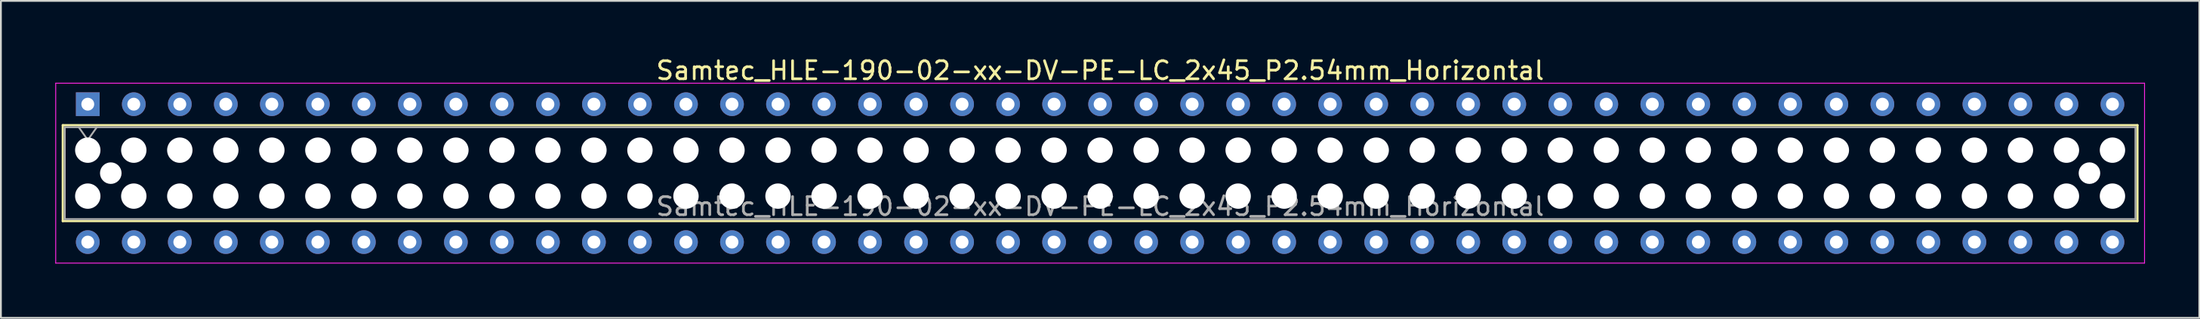
<source format=kicad_pcb>
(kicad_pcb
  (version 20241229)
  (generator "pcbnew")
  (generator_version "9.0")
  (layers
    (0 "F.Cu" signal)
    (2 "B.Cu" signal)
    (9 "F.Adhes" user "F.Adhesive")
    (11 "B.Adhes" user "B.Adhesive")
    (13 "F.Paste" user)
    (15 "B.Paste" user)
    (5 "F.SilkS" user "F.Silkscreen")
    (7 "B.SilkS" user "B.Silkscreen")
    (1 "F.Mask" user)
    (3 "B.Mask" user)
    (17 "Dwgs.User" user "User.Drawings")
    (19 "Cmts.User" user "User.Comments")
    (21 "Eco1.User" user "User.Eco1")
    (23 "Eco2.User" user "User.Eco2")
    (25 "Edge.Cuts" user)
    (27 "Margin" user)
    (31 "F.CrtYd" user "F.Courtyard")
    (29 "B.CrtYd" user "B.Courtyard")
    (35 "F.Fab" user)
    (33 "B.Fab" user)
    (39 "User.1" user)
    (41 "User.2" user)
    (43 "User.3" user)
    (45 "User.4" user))
  (footprint "Samtec_HLE-190-02-xx-DV-PE-LC_2x45_P2.54mm_Horizontal"
    (layer "F.Cu")
    (at 1.795 2.708)
    (property "Reference" "Samtec_HLE-190-02-xx-DV-PE-LC_2x45_P2.54mm_Horizontal" (at 55.88 -1.86 0) (layer "F.SilkS") (effects (font (size 1 1) (thickness 0.15))))
    (attr through_hole)
    (fp_line (start -1.38 1.16) (end 113.14 1.16) (stroke (width 0.12) (type solid)) (layer "F.SilkS"))
    (fp_line (start -1.38 6.46) (end -1.38 1.16) (stroke (width 0.12) (type solid)) (layer "F.SilkS"))
    (fp_line (start 113.14 1.16) (end 113.14 6.46) (stroke (width 0.12) (type solid)) (layer "F.SilkS"))
    (fp_line (start 113.14 6.46) (end -1.38 6.46) (stroke (width 0.12) (type solid)) (layer "F.SilkS"))
    (fp_line (start -1.77 -1.16) (end 113.53 -1.16) (stroke (width 0.05) (type solid)) (layer "F.CrtYd"))
    (fp_line (start -1.77 8.78) (end -1.77 -1.16) (stroke (width 0.05) (type solid)) (layer "F.CrtYd"))
    (fp_line (start 113.53 -1.16) (end 113.53 8.78) (stroke (width 0.05) (type solid)) (layer "F.CrtYd"))
    (fp_line (start 113.53 8.78) (end -1.77 8.78) (stroke (width 0.05) (type solid)) (layer "F.CrtYd"))
    (fp_line (start -1.27 1.27) (end 113.03 1.27) (stroke (width 0.1) (type solid)) (layer "F.Fab"))
    (fp_line (start -1.27 6.35) (end -1.27 1.27) (stroke (width 0.1) (type solid)) (layer "F.Fab"))
    (fp_line (start -0.5 1.27) (end 0 1.977) (stroke (width 0.1) (type solid)) (layer "F.Fab"))
    (fp_line (start 0 1.977) (end 0.5 1.27) (stroke (width 0.1) (type solid)) (layer "F.Fab"))
    (fp_line (start 113.03 1.27) (end 113.03 6.35) (stroke (width 0.1) (type solid)) (layer "F.Fab"))
    (fp_line (start 113.03 6.35) (end -1.27 6.35) (stroke (width 0.1) (type solid)) (layer "F.Fab"))
    (fp_text user "${REFERENCE}" (at 55.88 5.65 0) (layer "F.Fab") (effects (font (size 1 1) (thickness 0.15))))
    (pad "" np_thru_hole circle (at 0 2.54) (size 1.4 1.4) (drill 1.4) (layers "*.Cu" "*.Mask"))
    (pad "" np_thru_hole circle (at 0 5.08) (size 1.4 1.4) (drill 1.4) (layers "*.Cu" "*.Mask"))
    (pad "" np_thru_hole circle (at 1.27 3.81) (size 1.19 1.19) (drill 1.19) (layers "*.Cu" "*.Mask"))
    (pad "" np_thru_hole circle (at 2.54 2.54) (size 1.4 1.4) (drill 1.4) (layers "*.Cu" "*.Mask"))
    (pad "" np_thru_hole circle (at 2.54 5.08) (size 1.4 1.4) (drill 1.4) (layers "*.Cu" "*.Mask"))
    (pad "" np_thru_hole circle (at 5.08 2.54) (size 1.4 1.4) (drill 1.4) (layers "*.Cu" "*.Mask"))
    (pad "" np_thru_hole circle (at 5.08 5.08) (size 1.4 1.4) (drill 1.4) (layers "*.Cu" "*.Mask"))
    (pad "" np_thru_hole circle (at 7.62 2.54) (size 1.4 1.4) (drill 1.4) (layers "*.Cu" "*.Mask"))
    (pad "" np_thru_hole circle (at 7.62 5.08) (size 1.4 1.4) (drill 1.4) (layers "*.Cu" "*.Mask"))
    (pad "" np_thru_hole circle (at 10.16 2.54) (size 1.4 1.4) (drill 1.4) (layers "*.Cu" "*.Mask"))
    (pad "" np_thru_hole circle (at 10.16 5.08) (size 1.4 1.4) (drill 1.4) (layers "*.Cu" "*.Mask"))
    (pad "" np_thru_hole circle (at 12.7 2.54) (size 1.4 1.4) (drill 1.4) (layers "*.Cu" "*.Mask"))
    (pad "" np_thru_hole circle (at 12.7 5.08) (size 1.4 1.4) (drill 1.4) (layers "*.Cu" "*.Mask"))
    (pad "" np_thru_hole circle (at 15.24 2.54) (size 1.4 1.4) (drill 1.4) (layers "*.Cu" "*.Mask"))
    (pad "" np_thru_hole circle (at 15.24 5.08) (size 1.4 1.4) (drill 1.4) (layers "*.Cu" "*.Mask"))
    (pad "" np_thru_hole circle (at 17.78 2.54) (size 1.4 1.4) (drill 1.4) (layers "*.Cu" "*.Mask"))
    (pad "" np_thru_hole circle (at 17.78 5.08) (size 1.4 1.4) (drill 1.4) (layers "*.Cu" "*.Mask"))
    (pad "" np_thru_hole circle (at 20.32 2.54) (size 1.4 1.4) (drill 1.4) (layers "*.Cu" "*.Mask"))
    (pad "" np_thru_hole circle (at 20.32 5.08) (size 1.4 1.4) (drill 1.4) (layers "*.Cu" "*.Mask"))
    (pad "" np_thru_hole circle (at 22.86 2.54) (size 1.4 1.4) (drill 1.4) (layers "*.Cu" "*.Mask"))
    (pad "" np_thru_hole circle (at 22.86 5.08) (size 1.4 1.4) (drill 1.4) (layers "*.Cu" "*.Mask"))
    (pad "" np_thru_hole circle (at 25.4 2.54) (size 1.4 1.4) (drill 1.4) (layers "*.Cu" "*.Mask"))
    (pad "" np_thru_hole circle (at 25.4 5.08) (size 1.4 1.4) (drill 1.4) (layers "*.Cu" "*.Mask"))
    (pad "" np_thru_hole circle (at 27.94 2.54) (size 1.4 1.4) (drill 1.4) (layers "*.Cu" "*.Mask"))
    (pad "" np_thru_hole circle (at 27.94 5.08) (size 1.4 1.4) (drill 1.4) (layers "*.Cu" "*.Mask"))
    (pad "" np_thru_hole circle (at 30.48 2.54) (size 1.4 1.4) (drill 1.4) (layers "*.Cu" "*.Mask"))
    (pad "" np_thru_hole circle (at 30.48 5.08) (size 1.4 1.4) (drill 1.4) (layers "*.Cu" "*.Mask"))
    (pad "" np_thru_hole circle (at 33.02 2.54) (size 1.4 1.4) (drill 1.4) (layers "*.Cu" "*.Mask"))
    (pad "" np_thru_hole circle (at 33.02 5.08) (size 1.4 1.4) (drill 1.4) (layers "*.Cu" "*.Mask"))
    (pad "" np_thru_hole circle (at 35.56 2.54) (size 1.4 1.4) (drill 1.4) (layers "*.Cu" "*.Mask"))
    (pad "" np_thru_hole circle (at 35.56 5.08) (size 1.4 1.4) (drill 1.4) (layers "*.Cu" "*.Mask"))
    (pad "" np_thru_hole circle (at 38.1 2.54) (size 1.4 1.4) (drill 1.4) (layers "*.Cu" "*.Mask"))
    (pad "" np_thru_hole circle (at 38.1 5.08) (size 1.4 1.4) (drill 1.4) (layers "*.Cu" "*.Mask"))
    (pad "" np_thru_hole circle (at 40.64 2.54) (size 1.4 1.4) (drill 1.4) (layers "*.Cu" "*.Mask"))
    (pad "" np_thru_hole circle (at 40.64 5.08) (size 1.4 1.4) (drill 1.4) (layers "*.Cu" "*.Mask"))
    (pad "" np_thru_hole circle (at 43.18 2.54) (size 1.4 1.4) (drill 1.4) (layers "*.Cu" "*.Mask"))
    (pad "" np_thru_hole circle (at 43.18 5.08) (size 1.4 1.4) (drill 1.4) (layers "*.Cu" "*.Mask"))
    (pad "" np_thru_hole circle (at 45.72 2.54) (size 1.4 1.4) (drill 1.4) (layers "*.Cu" "*.Mask"))
    (pad "" np_thru_hole circle (at 45.72 5.08) (size 1.4 1.4) (drill 1.4) (layers "*.Cu" "*.Mask"))
    (pad "" np_thru_hole circle (at 48.26 2.54) (size 1.4 1.4) (drill 1.4) (layers "*.Cu" "*.Mask"))
    (pad "" np_thru_hole circle (at 48.26 5.08) (size 1.4 1.4) (drill 1.4) (layers "*.Cu" "*.Mask"))
    (pad "" np_thru_hole circle (at 50.8 2.54) (size 1.4 1.4) (drill 1.4) (layers "*.Cu" "*.Mask"))
    (pad "" np_thru_hole circle (at 50.8 5.08) (size 1.4 1.4) (drill 1.4) (layers "*.Cu" "*.Mask"))
    (pad "" np_thru_hole circle (at 53.34 2.54) (size 1.4 1.4) (drill 1.4) (layers "*.Cu" "*.Mask"))
    (pad "" np_thru_hole circle (at 53.34 5.08) (size 1.4 1.4) (drill 1.4) (layers "*.Cu" "*.Mask"))
    (pad "" np_thru_hole circle (at 55.88 2.54) (size 1.4 1.4) (drill 1.4) (layers "*.Cu" "*.Mask"))
    (pad "" np_thru_hole circle (at 55.88 5.08) (size 1.4 1.4) (drill 1.4) (layers "*.Cu" "*.Mask"))
    (pad "" np_thru_hole circle (at 58.42 2.54) (size 1.4 1.4) (drill 1.4) (layers "*.Cu" "*.Mask"))
    (pad "" np_thru_hole circle (at 58.42 5.08) (size 1.4 1.4) (drill 1.4) (layers "*.Cu" "*.Mask"))
    (pad "" np_thru_hole circle (at 60.96 2.54) (size 1.4 1.4) (drill 1.4) (layers "*.Cu" "*.Mask"))
    (pad "" np_thru_hole circle (at 60.96 5.08) (size 1.4 1.4) (drill 1.4) (layers "*.Cu" "*.Mask"))
    (pad "" np_thru_hole circle (at 63.5 2.54) (size 1.4 1.4) (drill 1.4) (layers "*.Cu" "*.Mask"))
    (pad "" np_thru_hole circle (at 63.5 5.08) (size 1.4 1.4) (drill 1.4) (layers "*.Cu" "*.Mask"))
    (pad "" np_thru_hole circle (at 66.04 2.54) (size 1.4 1.4) (drill 1.4) (layers "*.Cu" "*.Mask"))
    (pad "" np_thru_hole circle (at 66.04 5.08) (size 1.4 1.4) (drill 1.4) (layers "*.Cu" "*.Mask"))
    (pad "" np_thru_hole circle (at 68.58 2.54) (size 1.4 1.4) (drill 1.4) (layers "*.Cu" "*.Mask"))
    (pad "" np_thru_hole circle (at 68.58 5.08) (size 1.4 1.4) (drill 1.4) (layers "*.Cu" "*.Mask"))
    (pad "" np_thru_hole circle (at 71.12 2.54) (size 1.4 1.4) (drill 1.4) (layers "*.Cu" "*.Mask"))
    (pad "" np_thru_hole circle (at 71.12 5.08) (size 1.4 1.4) (drill 1.4) (layers "*.Cu" "*.Mask"))
    (pad "" np_thru_hole circle (at 73.66 2.54) (size 1.4 1.4) (drill 1.4) (layers "*.Cu" "*.Mask"))
    (pad "" np_thru_hole circle (at 73.66 5.08) (size 1.4 1.4) (drill 1.4) (layers "*.Cu" "*.Mask"))
    (pad "" np_thru_hole circle (at 76.2 2.54) (size 1.4 1.4) (drill 1.4) (layers "*.Cu" "*.Mask"))
    (pad "" np_thru_hole circle (at 76.2 5.08) (size 1.4 1.4) (drill 1.4) (layers "*.Cu" "*.Mask"))
    (pad "" np_thru_hole circle (at 78.74 2.54) (size 1.4 1.4) (drill 1.4) (layers "*.Cu" "*.Mask"))
    (pad "" np_thru_hole circle (at 78.74 5.08) (size 1.4 1.4) (drill 1.4) (layers "*.Cu" "*.Mask"))
    (pad "" np_thru_hole circle (at 81.28 2.54) (size 1.4 1.4) (drill 1.4) (layers "*.Cu" "*.Mask"))
    (pad "" np_thru_hole circle (at 81.28 5.08) (size 1.4 1.4) (drill 1.4) (layers "*.Cu" "*.Mask"))
    (pad "" np_thru_hole circle (at 83.82 2.54) (size 1.4 1.4) (drill 1.4) (layers "*.Cu" "*.Mask"))
    (pad "" np_thru_hole circle (at 83.82 5.08) (size 1.4 1.4) (drill 1.4) (layers "*.Cu" "*.Mask"))
    (pad "" np_thru_hole circle (at 86.36 2.54) (size 1.4 1.4) (drill 1.4) (layers "*.Cu" "*.Mask"))
    (pad "" np_thru_hole circle (at 86.36 5.08) (size 1.4 1.4) (drill 1.4) (layers "*.Cu" "*.Mask"))
    (pad "" np_thru_hole circle (at 88.9 2.54) (size 1.4 1.4) (drill 1.4) (layers "*.Cu" "*.Mask"))
    (pad "" np_thru_hole circle (at 88.9 5.08) (size 1.4 1.4) (drill 1.4) (layers "*.Cu" "*.Mask"))
    (pad "" np_thru_hole circle (at 91.44 2.54) (size 1.4 1.4) (drill 1.4) (layers "*.Cu" "*.Mask"))
    (pad "" np_thru_hole circle (at 91.44 5.08) (size 1.4 1.4) (drill 1.4) (layers "*.Cu" "*.Mask"))
    (pad "" np_thru_hole circle (at 93.98 2.54) (size 1.4 1.4) (drill 1.4) (layers "*.Cu" "*.Mask"))
    (pad "" np_thru_hole circle (at 93.98 5.08) (size 1.4 1.4) (drill 1.4) (layers "*.Cu" "*.Mask"))
    (pad "" np_thru_hole circle (at 96.52 2.54) (size 1.4 1.4) (drill 1.4) (layers "*.Cu" "*.Mask"))
    (pad "" np_thru_hole circle (at 96.52 5.08) (size 1.4 1.4) (drill 1.4) (layers "*.Cu" "*.Mask"))
    (pad "" np_thru_hole circle (at 99.06 2.54) (size 1.4 1.4) (drill 1.4) (layers "*.Cu" "*.Mask"))
    (pad "" np_thru_hole circle (at 99.06 5.08) (size 1.4 1.4) (drill 1.4) (layers "*.Cu" "*.Mask"))
    (pad "" np_thru_hole circle (at 101.6 2.54) (size 1.4 1.4) (drill 1.4) (layers "*.Cu" "*.Mask"))
    (pad "" np_thru_hole circle (at 101.6 5.08) (size 1.4 1.4) (drill 1.4) (layers "*.Cu" "*.Mask"))
    (pad "" np_thru_hole circle (at 104.14 2.54) (size 1.4 1.4) (drill 1.4) (layers "*.Cu" "*.Mask"))
    (pad "" np_thru_hole circle (at 104.14 5.08) (size 1.4 1.4) (drill 1.4) (layers "*.Cu" "*.Mask"))
    (pad "" np_thru_hole circle (at 106.68 2.54) (size 1.4 1.4) (drill 1.4) (layers "*.Cu" "*.Mask"))
    (pad "" np_thru_hole circle (at 106.68 5.08) (size 1.4 1.4) (drill 1.4) (layers "*.Cu" "*.Mask"))
    (pad "" np_thru_hole circle (at 109.22 2.54) (size 1.4 1.4) (drill 1.4) (layers "*.Cu" "*.Mask"))
    (pad "" np_thru_hole circle (at 109.22 5.08) (size 1.4 1.4) (drill 1.4) (layers "*.Cu" "*.Mask"))
    (pad "" np_thru_hole circle (at 110.49 3.81) (size 1.19 1.19) (drill 1.19) (layers "*.Cu" "*.Mask"))
    (pad "" np_thru_hole circle (at 111.76 2.54) (size 1.4 1.4) (drill 1.4) (layers "*.Cu" "*.Mask"))
    (pad "" np_thru_hole circle (at 111.76 5.08) (size 1.4 1.4) (drill 1.4) (layers "*.Cu" "*.Mask"))
    (pad "1" thru_hole rect (at 0 0) (size 1.31 1.31) (drill 0.71) (layers "*.Cu" "*.Mask"))
    (pad "2" thru_hole circle (at 0 7.62) (size 1.31 1.31) (drill 0.71) (layers "*.Cu" "*.Mask"))
    (pad "3" thru_hole circle (at 2.54 0) (size 1.31 1.31) (drill 0.71) (layers "*.Cu" "*.Mask"))
    (pad "4" thru_hole circle (at 2.54 7.62) (size 1.31 1.31) (drill 0.71) (layers "*.Cu" "*.Mask"))
    (pad "5" thru_hole circle (at 5.08 0) (size 1.31 1.31) (drill 0.71) (layers "*.Cu" "*.Mask"))
    (pad "6" thru_hole circle (at 5.08 7.62) (size 1.31 1.31) (drill 0.71) (layers "*.Cu" "*.Mask"))
    (pad "7" thru_hole circle (at 7.62 0) (size 1.31 1.31) (drill 0.71) (layers "*.Cu" "*.Mask"))
    (pad "8" thru_hole circle (at 7.62 7.62) (size 1.31 1.31) (drill 0.71) (layers "*.Cu" "*.Mask"))
    (pad "9" thru_hole circle (at 10.16 0) (size 1.31 1.31) (drill 0.71) (layers "*.Cu" "*.Mask"))
    (pad "10" thru_hole circle (at 10.16 7.62) (size 1.31 1.31) (drill 0.71) (layers "*.Cu" "*.Mask"))
    (pad "11" thru_hole circle (at 12.7 0) (size 1.31 1.31) (drill 0.71) (layers "*.Cu" "*.Mask"))
    (pad "12" thru_hole circle (at 12.7 7.62) (size 1.31 1.31) (drill 0.71) (layers "*.Cu" "*.Mask"))
    (pad "13" thru_hole circle (at 15.24 0) (size 1.31 1.31) (drill 0.71) (layers "*.Cu" "*.Mask"))
    (pad "14" thru_hole circle (at 15.24 7.62) (size 1.31 1.31) (drill 0.71) (layers "*.Cu" "*.Mask"))
    (pad "15" thru_hole circle (at 17.78 0) (size 1.31 1.31) (drill 0.71) (layers "*.Cu" "*.Mask"))
    (pad "16" thru_hole circle (at 17.78 7.62) (size 1.31 1.31) (drill 0.71) (layers "*.Cu" "*.Mask"))
    (pad "17" thru_hole circle (at 20.32 0) (size 1.31 1.31) (drill 0.71) (layers "*.Cu" "*.Mask"))
    (pad "18" thru_hole circle (at 20.32 7.62) (size 1.31 1.31) (drill 0.71) (layers "*.Cu" "*.Mask"))
    (pad "19" thru_hole circle (at 22.86 0) (size 1.31 1.31) (drill 0.71) (layers "*.Cu" "*.Mask"))
    (pad "20" thru_hole circle (at 22.86 7.62) (size 1.31 1.31) (drill 0.71) (layers "*.Cu" "*.Mask"))
    (pad "21" thru_hole circle (at 25.4 0) (size 1.31 1.31) (drill 0.71) (layers "*.Cu" "*.Mask"))
    (pad "22" thru_hole circle (at 25.4 7.62) (size 1.31 1.31) (drill 0.71) (layers "*.Cu" "*.Mask"))
    (pad "23" thru_hole circle (at 27.94 0) (size 1.31 1.31) (drill 0.71) (layers "*.Cu" "*.Mask"))
    (pad "24" thru_hole circle (at 27.94 7.62) (size 1.31 1.31) (drill 0.71) (layers "*.Cu" "*.Mask"))
    (pad "25" thru_hole circle (at 30.48 0) (size 1.31 1.31) (drill 0.71) (layers "*.Cu" "*.Mask"))
    (pad "26" thru_hole circle (at 30.48 7.62) (size 1.31 1.31) (drill 0.71) (layers "*.Cu" "*.Mask"))
    (pad "27" thru_hole circle (at 33.02 0) (size 1.31 1.31) (drill 0.71) (layers "*.Cu" "*.Mask"))
    (pad "28" thru_hole circle (at 33.02 7.62) (size 1.31 1.31) (drill 0.71) (layers "*.Cu" "*.Mask"))
    (pad "29" thru_hole circle (at 35.56 0) (size 1.31 1.31) (drill 0.71) (layers "*.Cu" "*.Mask"))
    (pad "30" thru_hole circle (at 35.56 7.62) (size 1.31 1.31) (drill 0.71) (layers "*.Cu" "*.Mask"))
    (pad "31" thru_hole circle (at 38.1 0) (size 1.31 1.31) (drill 0.71) (layers "*.Cu" "*.Mask"))
    (pad "32" thru_hole circle (at 38.1 7.62) (size 1.31 1.31) (drill 0.71) (layers "*.Cu" "*.Mask"))
    (pad "33" thru_hole circle (at 40.64 0) (size 1.31 1.31) (drill 0.71) (layers "*.Cu" "*.Mask"))
    (pad "34" thru_hole circle (at 40.64 7.62) (size 1.31 1.31) (drill 0.71) (layers "*.Cu" "*.Mask"))
    (pad "35" thru_hole circle (at 43.18 0) (size 1.31 1.31) (drill 0.71) (layers "*.Cu" "*.Mask"))
    (pad "36" thru_hole circle (at 43.18 7.62) (size 1.31 1.31) (drill 0.71) (layers "*.Cu" "*.Mask"))
    (pad "37" thru_hole circle (at 45.72 0) (size 1.31 1.31) (drill 0.71) (layers "*.Cu" "*.Mask"))
    (pad "38" thru_hole circle (at 45.72 7.62) (size 1.31 1.31) (drill 0.71) (layers "*.Cu" "*.Mask"))
    (pad "39" thru_hole circle (at 48.26 0) (size 1.31 1.31) (drill 0.71) (layers "*.Cu" "*.Mask"))
    (pad "40" thru_hole circle (at 48.26 7.62) (size 1.31 1.31) (drill 0.71) (layers "*.Cu" "*.Mask"))
    (pad "41" thru_hole circle (at 50.8 0) (size 1.31 1.31) (drill 0.71) (layers "*.Cu" "*.Mask"))
    (pad "42" thru_hole circle (at 50.8 7.62) (size 1.31 1.31) (drill 0.71) (layers "*.Cu" "*.Mask"))
    (pad "43" thru_hole circle (at 53.34 0) (size 1.31 1.31) (drill 0.71) (layers "*.Cu" "*.Mask"))
    (pad "44" thru_hole circle (at 53.34 7.62) (size 1.31 1.31) (drill 0.71) (layers "*.Cu" "*.Mask"))
    (pad "45" thru_hole circle (at 55.88 0) (size 1.31 1.31) (drill 0.71) (layers "*.Cu" "*.Mask"))
    (pad "46" thru_hole circle (at 55.88 7.62) (size 1.31 1.31) (drill 0.71) (layers "*.Cu" "*.Mask"))
    (pad "47" thru_hole circle (at 58.42 0) (size 1.31 1.31) (drill 0.71) (layers "*.Cu" "*.Mask"))
    (pad "48" thru_hole circle (at 58.42 7.62) (size 1.31 1.31) (drill 0.71) (layers "*.Cu" "*.Mask"))
    (pad "49" thru_hole circle (at 60.96 0) (size 1.31 1.31) (drill 0.71) (layers "*.Cu" "*.Mask"))
    (pad "50" thru_hole circle (at 60.96 7.62) (size 1.31 1.31) (drill 0.71) (layers "*.Cu" "*.Mask"))
    (pad "51" thru_hole circle (at 63.5 0) (size 1.31 1.31) (drill 0.71) (layers "*.Cu" "*.Mask"))
    (pad "52" thru_hole circle (at 63.5 7.62) (size 1.31 1.31) (drill 0.71) (layers "*.Cu" "*.Mask"))
    (pad "53" thru_hole circle (at 66.04 0) (size 1.31 1.31) (drill 0.71) (layers "*.Cu" "*.Mask"))
    (pad "54" thru_hole circle (at 66.04 7.62) (size 1.31 1.31) (drill 0.71) (layers "*.Cu" "*.Mask"))
    (pad "55" thru_hole circle (at 68.58 0) (size 1.31 1.31) (drill 0.71) (layers "*.Cu" "*.Mask"))
    (pad "56" thru_hole circle (at 68.58 7.62) (size 1.31 1.31) (drill 0.71) (layers "*.Cu" "*.Mask"))
    (pad "57" thru_hole circle (at 71.12 0) (size 1.31 1.31) (drill 0.71) (layers "*.Cu" "*.Mask"))
    (pad "58" thru_hole circle (at 71.12 7.62) (size 1.31 1.31) (drill 0.71) (layers "*.Cu" "*.Mask"))
    (pad "59" thru_hole circle (at 73.66 0) (size 1.31 1.31) (drill 0.71) (layers "*.Cu" "*.Mask"))
    (pad "60" thru_hole circle (at 73.66 7.62) (size 1.31 1.31) (drill 0.71) (layers "*.Cu" "*.Mask"))
    (pad "61" thru_hole circle (at 76.2 0) (size 1.31 1.31) (drill 0.71) (layers "*.Cu" "*.Mask"))
    (pad "62" thru_hole circle (at 76.2 7.62) (size 1.31 1.31) (drill 0.71) (layers "*.Cu" "*.Mask"))
    (pad "63" thru_hole circle (at 78.74 0) (size 1.31 1.31) (drill 0.71) (layers "*.Cu" "*.Mask"))
    (pad "64" thru_hole circle (at 78.74 7.62) (size 1.31 1.31) (drill 0.71) (layers "*.Cu" "*.Mask"))
    (pad "65" thru_hole circle (at 81.28 0) (size 1.31 1.31) (drill 0.71) (layers "*.Cu" "*.Mask"))
    (pad "66" thru_hole circle (at 81.28 7.62) (size 1.31 1.31) (drill 0.71) (layers "*.Cu" "*.Mask"))
    (pad "67" thru_hole circle (at 83.82 0) (size 1.31 1.31) (drill 0.71) (layers "*.Cu" "*.Mask"))
    (pad "68" thru_hole circle (at 83.82 7.62) (size 1.31 1.31) (drill 0.71) (layers "*.Cu" "*.Mask"))
    (pad "69" thru_hole circle (at 86.36 0) (size 1.31 1.31) (drill 0.71) (layers "*.Cu" "*.Mask"))
    (pad "70" thru_hole circle (at 86.36 7.62) (size 1.31 1.31) (drill 0.71) (layers "*.Cu" "*.Mask"))
    (pad "71" thru_hole circle (at 88.9 0) (size 1.31 1.31) (drill 0.71) (layers "*.Cu" "*.Mask"))
    (pad "72" thru_hole circle (at 88.9 7.62) (size 1.31 1.31) (drill 0.71) (layers "*.Cu" "*.Mask"))
    (pad "73" thru_hole circle (at 91.44 0) (size 1.31 1.31) (drill 0.71) (layers "*.Cu" "*.Mask"))
    (pad "74" thru_hole circle (at 91.44 7.62) (size 1.31 1.31) (drill 0.71) (layers "*.Cu" "*.Mask"))
    (pad "75" thru_hole circle (at 93.98 0) (size 1.31 1.31) (drill 0.71) (layers "*.Cu" "*.Mask"))
    (pad "76" thru_hole circle (at 93.98 7.62) (size 1.31 1.31) (drill 0.71) (layers "*.Cu" "*.Mask"))
    (pad "77" thru_hole circle (at 96.52 0) (size 1.31 1.31) (drill 0.71) (layers "*.Cu" "*.Mask"))
    (pad "78" thru_hole circle (at 96.52 7.62) (size 1.31 1.31) (drill 0.71) (layers "*.Cu" "*.Mask"))
    (pad "79" thru_hole circle (at 99.06 0) (size 1.31 1.31) (drill 0.71) (layers "*.Cu" "*.Mask"))
    (pad "80" thru_hole circle (at 99.06 7.62) (size 1.31 1.31) (drill 0.71) (layers "*.Cu" "*.Mask"))
    (pad "81" thru_hole circle (at 101.6 0) (size 1.31 1.31) (drill 0.71) (layers "*.Cu" "*.Mask"))
    (pad "82" thru_hole circle (at 101.6 7.62) (size 1.31 1.31) (drill 0.71) (layers "*.Cu" "*.Mask"))
    (pad "83" thru_hole circle (at 104.14 0) (size 1.31 1.31) (drill 0.71) (layers "*.Cu" "*.Mask"))
    (pad "84" thru_hole circle (at 104.14 7.62) (size 1.31 1.31) (drill 0.71) (layers "*.Cu" "*.Mask"))
    (pad "85" thru_hole circle (at 106.68 0) (size 1.31 1.31) (drill 0.71) (layers "*.Cu" "*.Mask"))
    (pad "86" thru_hole circle (at 106.68 7.62) (size 1.31 1.31) (drill 0.71) (layers "*.Cu" "*.Mask"))
    (pad "87" thru_hole circle (at 109.22 0) (size 1.31 1.31) (drill 0.71) (layers "*.Cu" "*.Mask"))
    (pad "88" thru_hole circle (at 109.22 7.62) (size 1.31 1.31) (drill 0.71) (layers "*.Cu" "*.Mask"))
    (pad "89" thru_hole circle (at 111.76 0) (size 1.31 1.31) (drill 0.71) (layers "*.Cu" "*.Mask"))
    (pad "90" thru_hole circle (at 111.76 7.62) (size 1.31 1.31) (drill 0.71) (layers "*.Cu" "*.Mask")))
  (gr_rect
    (start -3 -3)
    (end 118.35 14.513)
    (stroke (width 0.1) (type default))
    (fill no)
    (layer "Edge.Cuts")))
</source>
